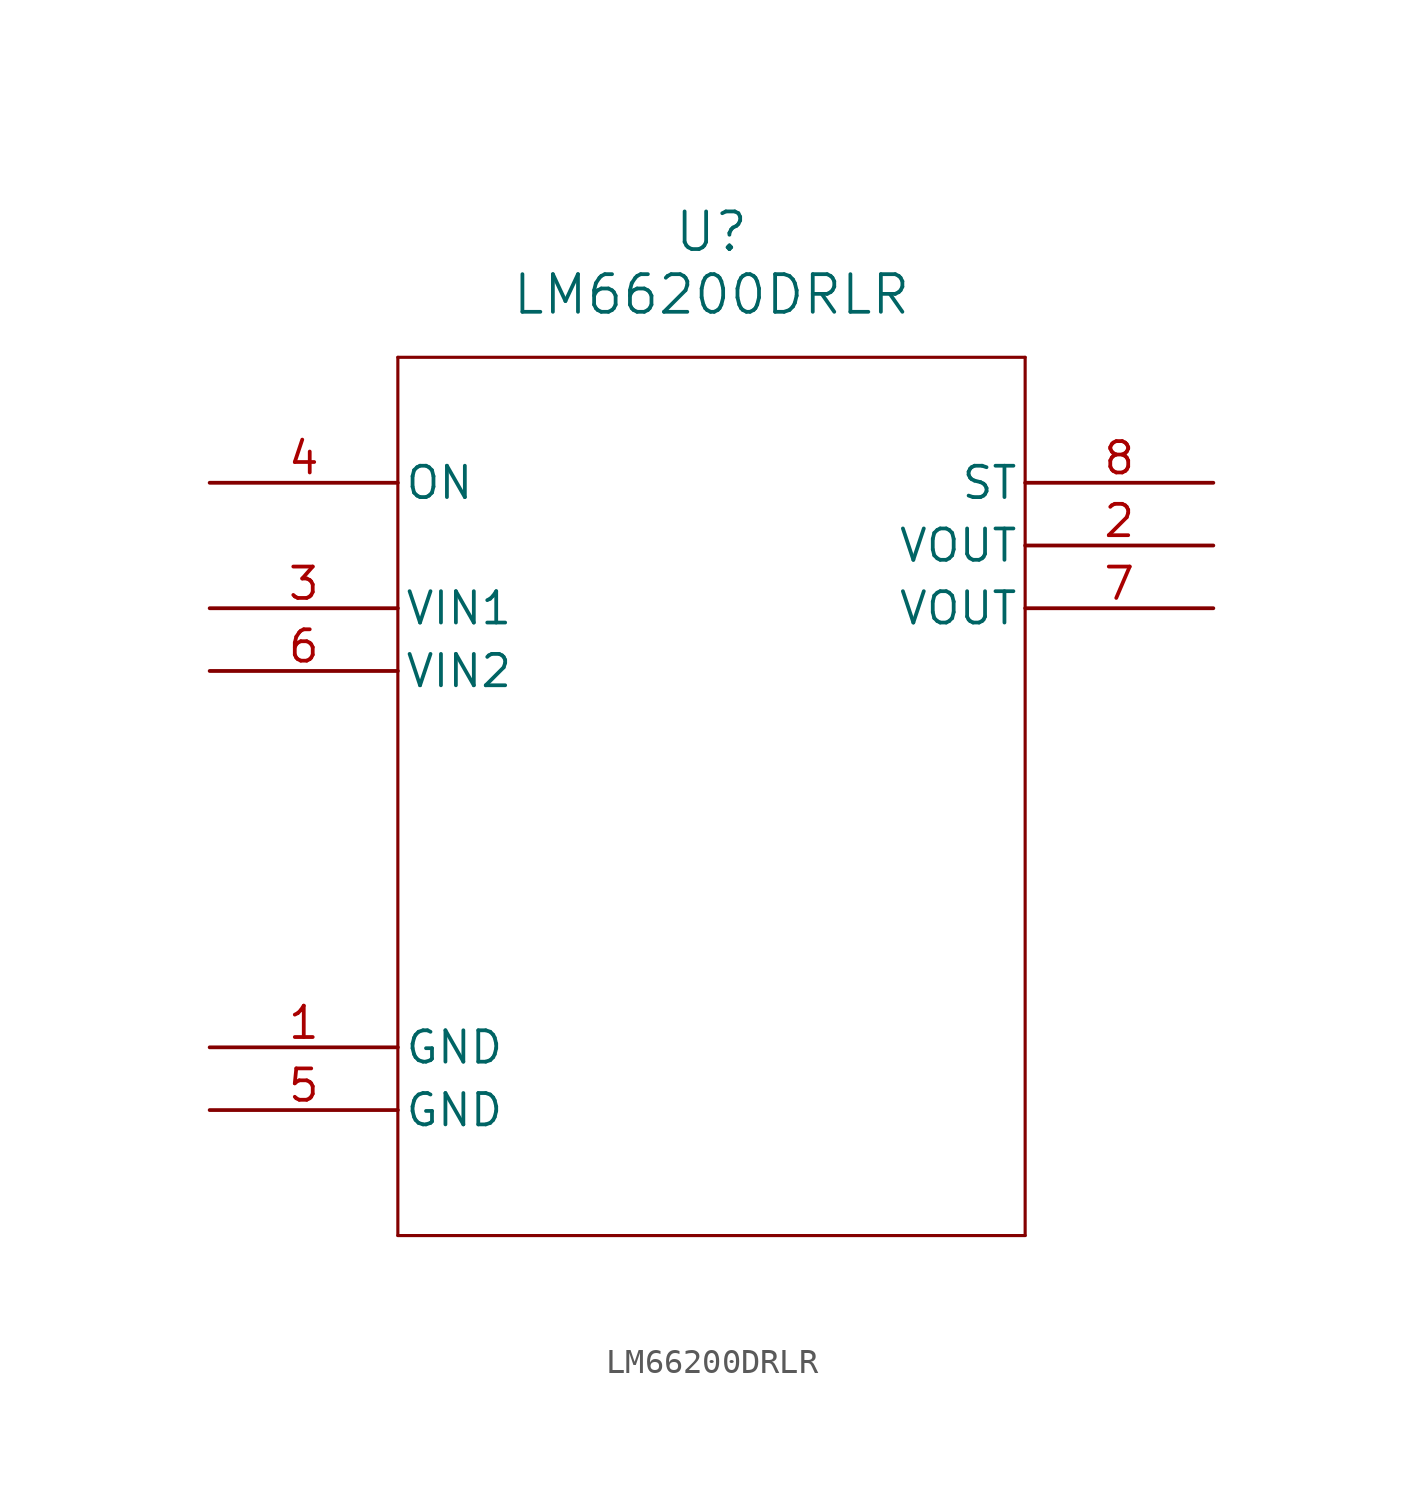
<source format=kicad_sym>
(kicad_symbol_lib
  (version 20241209)
  (generator "kicad_symbol_editor")
  (generator_version "9.0")
  (symbol "LM66200DRLR"
    (pin_names
      (offset 0.254))
    (property "Reference" "U"
      (at 20.32 10.16 0)
      (effects (font (size 1.524 1.524))))
    (property "Value" "LM66200DRLR"
      (at 20.32 7.62 0)
      (effects (font (size 1.524 1.524))))
    (property "ki_locked" ""
      (at 0 0 0)
      (effects (font (size 1.27 1.27))))
    (symbol "LM66200DRLR_0_1"
      (polyline (pts (xy 7.62 5.08) (xy 7.62 -30.48)) (stroke (width 0.127) (type default)) (fill (type none)))
      (polyline (pts (xy 7.62 -30.48) (xy 33.02 -30.48)) (stroke (width 0.127) (type default)) (fill (type none)))
      (polyline (pts (xy 33.02 5.08) (xy 7.62 5.08)) (stroke (width 0.127) (type default)) (fill (type none)))
      (polyline (pts (xy 33.02 -30.48) (xy 33.02 5.08)) (stroke (width 0.127) (type default)) (fill (type none)))
      (pin input line (at 0 0 0) (length 7.62) (name "ON" (effects (font (size 1.27 1.27)))) (number "4" (effects (font (size 1.27 1.27)))))
      (pin input line (at 0 -5.08 0) (length 7.62) (name "VIN1" (effects (font (size 1.27 1.27)))) (number "3" (effects (font (size 1.27 1.27)))))
      (pin input line (at 0 -7.62 0) (length 7.62) (name "VIN2" (effects (font (size 1.27 1.27)))) (number "6" (effects (font (size 1.27 1.27)))))
      (pin power_out line (at 0 -22.86 0) (length 7.62) (name "GND" (effects (font (size 1.27 1.27)))) (number "1" (effects (font (size 1.27 1.27)))))
      (pin power_out line (at 0 -25.4 0) (length 7.62) (name "GND" (effects (font (size 1.27 1.27)))) (number "5" (effects (font (size 1.27 1.27)))))
      (pin output line (at 40.64 0 180) (length 7.62) (name "ST" (effects (font (size 1.27 1.27)))) (number "8" (effects (font (size 1.27 1.27)))))
      (pin power_in line (at 40.64 -2.54 180) (length 7.62) (name "VOUT" (effects (font (size 1.27 1.27)))) (number "2" (effects (font (size 1.27 1.27)))))
      (pin output line (at 40.64 -5.08 180) (length 7.62) (name "VOUT" (effects (font (size 1.27 1.27)))) (number "7" (effects (font (size 1.27 1.27))))))))
</source>
